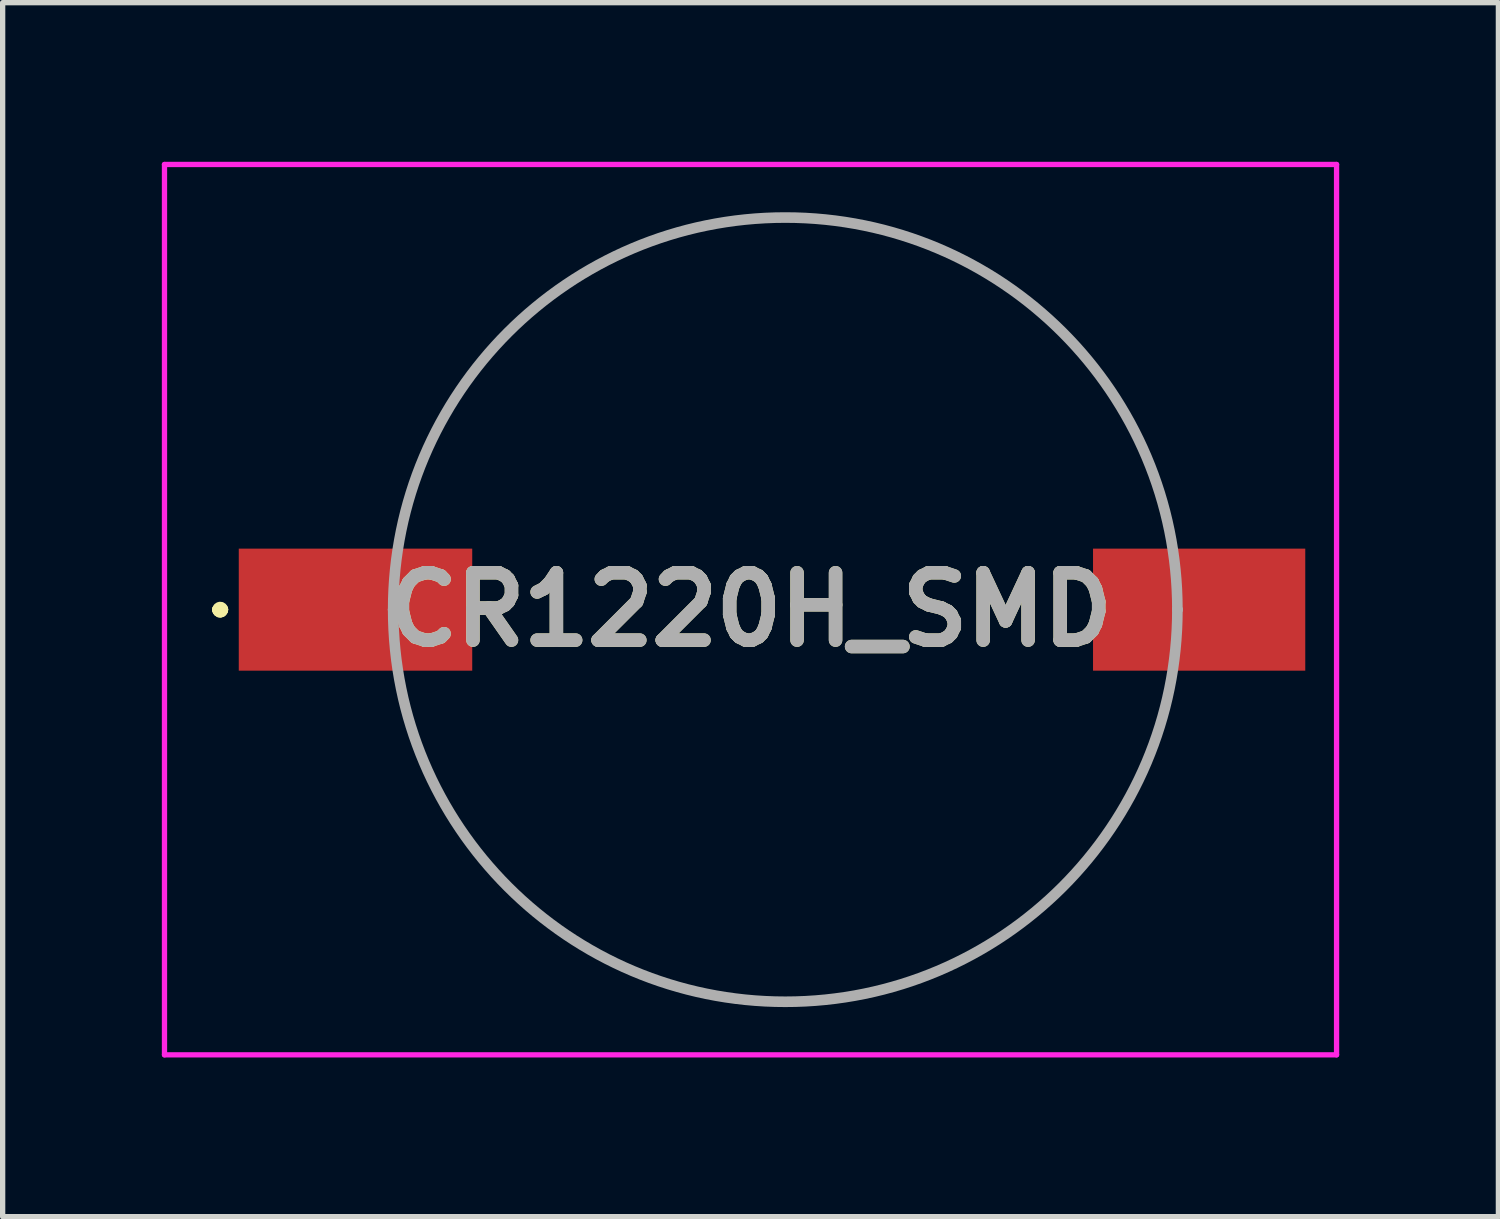
<source format=kicad_pcb>
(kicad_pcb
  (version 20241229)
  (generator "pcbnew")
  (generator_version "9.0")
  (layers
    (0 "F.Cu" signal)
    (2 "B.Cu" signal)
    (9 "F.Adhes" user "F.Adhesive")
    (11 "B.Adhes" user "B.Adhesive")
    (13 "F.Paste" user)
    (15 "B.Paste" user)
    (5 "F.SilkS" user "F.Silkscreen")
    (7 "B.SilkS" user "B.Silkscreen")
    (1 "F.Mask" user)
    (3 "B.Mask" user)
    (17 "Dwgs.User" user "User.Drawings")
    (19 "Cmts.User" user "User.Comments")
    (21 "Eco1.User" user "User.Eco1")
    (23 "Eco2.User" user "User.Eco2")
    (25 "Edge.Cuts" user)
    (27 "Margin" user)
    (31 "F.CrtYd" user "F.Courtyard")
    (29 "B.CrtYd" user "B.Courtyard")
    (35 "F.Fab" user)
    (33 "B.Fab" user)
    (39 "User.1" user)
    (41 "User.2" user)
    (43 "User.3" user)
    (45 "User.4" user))
  (footprint "CR1220H_SMD"
    (layer "F.Cu")
    (at 11.75 8.44)
    (property "Reference" "CR1220H_SMD" (at -0.655 0 0) (layer "F.SilkS") (effects (font (size 1.27 1.27) (thickness 0.254))))
    (attr through_hole)
    (fp_line (start -10.7 0) (end -10.7 0) (stroke (width 0.2) (type solid)) (layer "F.SilkS"))
    (fp_line (start -10.7 0) (end -10.7 0) (stroke (width 0.2) (type solid)) (layer "F.SilkS"))
    (fp_line (start -10.6 0) (end -10.6 0) (stroke (width 0.2) (type solid)) (layer "F.SilkS"))
    (fp_arc (start -10.7 0) (mid -10.65 -0.05) (end -10.6 0) (stroke (width 0.2) (type solid)) (layer "F.SilkS"))
    (fp_arc (start -10.6 0) (mid -10.65 0.05) (end -10.7 0) (stroke (width 0.2) (type solid)) (layer "F.SilkS"))
    (fp_arc (start -10.6 0) (mid -10.65 0.05) (end -10.7 0) (stroke (width 0.2) (type solid)) (layer "F.SilkS"))
    (fp_line (start -11.7 -8.39) (end 10.39 -8.39) (stroke (width 0.1) (type solid)) (layer "F.CrtYd"))
    (fp_line (start -11.7 8.39) (end -11.7 -8.39) (stroke (width 0.1) (type solid)) (layer "F.CrtYd"))
    (fp_line (start 10.39 -8.39) (end 10.39 8.39) (stroke (width 0.1) (type solid)) (layer "F.CrtYd"))
    (fp_line (start 10.39 8.39) (end -11.7 8.39) (stroke (width 0.1) (type solid)) (layer "F.CrtYd"))
    (fp_line (start -7.39 0) (end -7.39 0) (stroke (width 0.2) (type solid)) (layer "F.Fab"))
    (fp_line (start 7.39 0) (end 7.39 0) (stroke (width 0.2) (type solid)) (layer "F.Fab"))
    (fp_arc (start -7.39 0) (mid 0 -7.39) (end 7.39 0) (stroke (width 0.2) (type solid)) (layer "F.Fab"))
    (fp_arc (start 7.39 0) (mid 0 7.39) (end -7.39 0) (stroke (width 0.2) (type solid)) (layer "F.Fab"))
    (fp_text user "${REFERENCE}" (at -0.655 0 0) (layer "F.Fab") (effects (font (size 1.27 1.27) (thickness 0.254))))
    (pad "" np_thru_hole circle (at -3.5 0) (size 0.001 0.001) (drill 0.9) (layers "*.Cu" "*.Mask"))
    (pad "" np_thru_hole circle (at 3.75 0) (size 0.001 0.001) (drill 1.16) (layers "*.Cu" "*.Mask"))
    (pad "1" smd rect (at -8.1 0 90) (size 2.3 4.4) (layers "F.Cu" "F.Mask" "F.Paste"))
    (pad "2" smd rect (at 7.8 0 90) (size 2.3 4) (layers "F.Cu" "F.Mask" "F.Paste")))
  (gr_rect
    (start -3 -3)
    (end 25.19 19.88)
    (stroke (width 0.1) (type default))
    (fill no)
    (layer "Edge.Cuts")))
</source>
